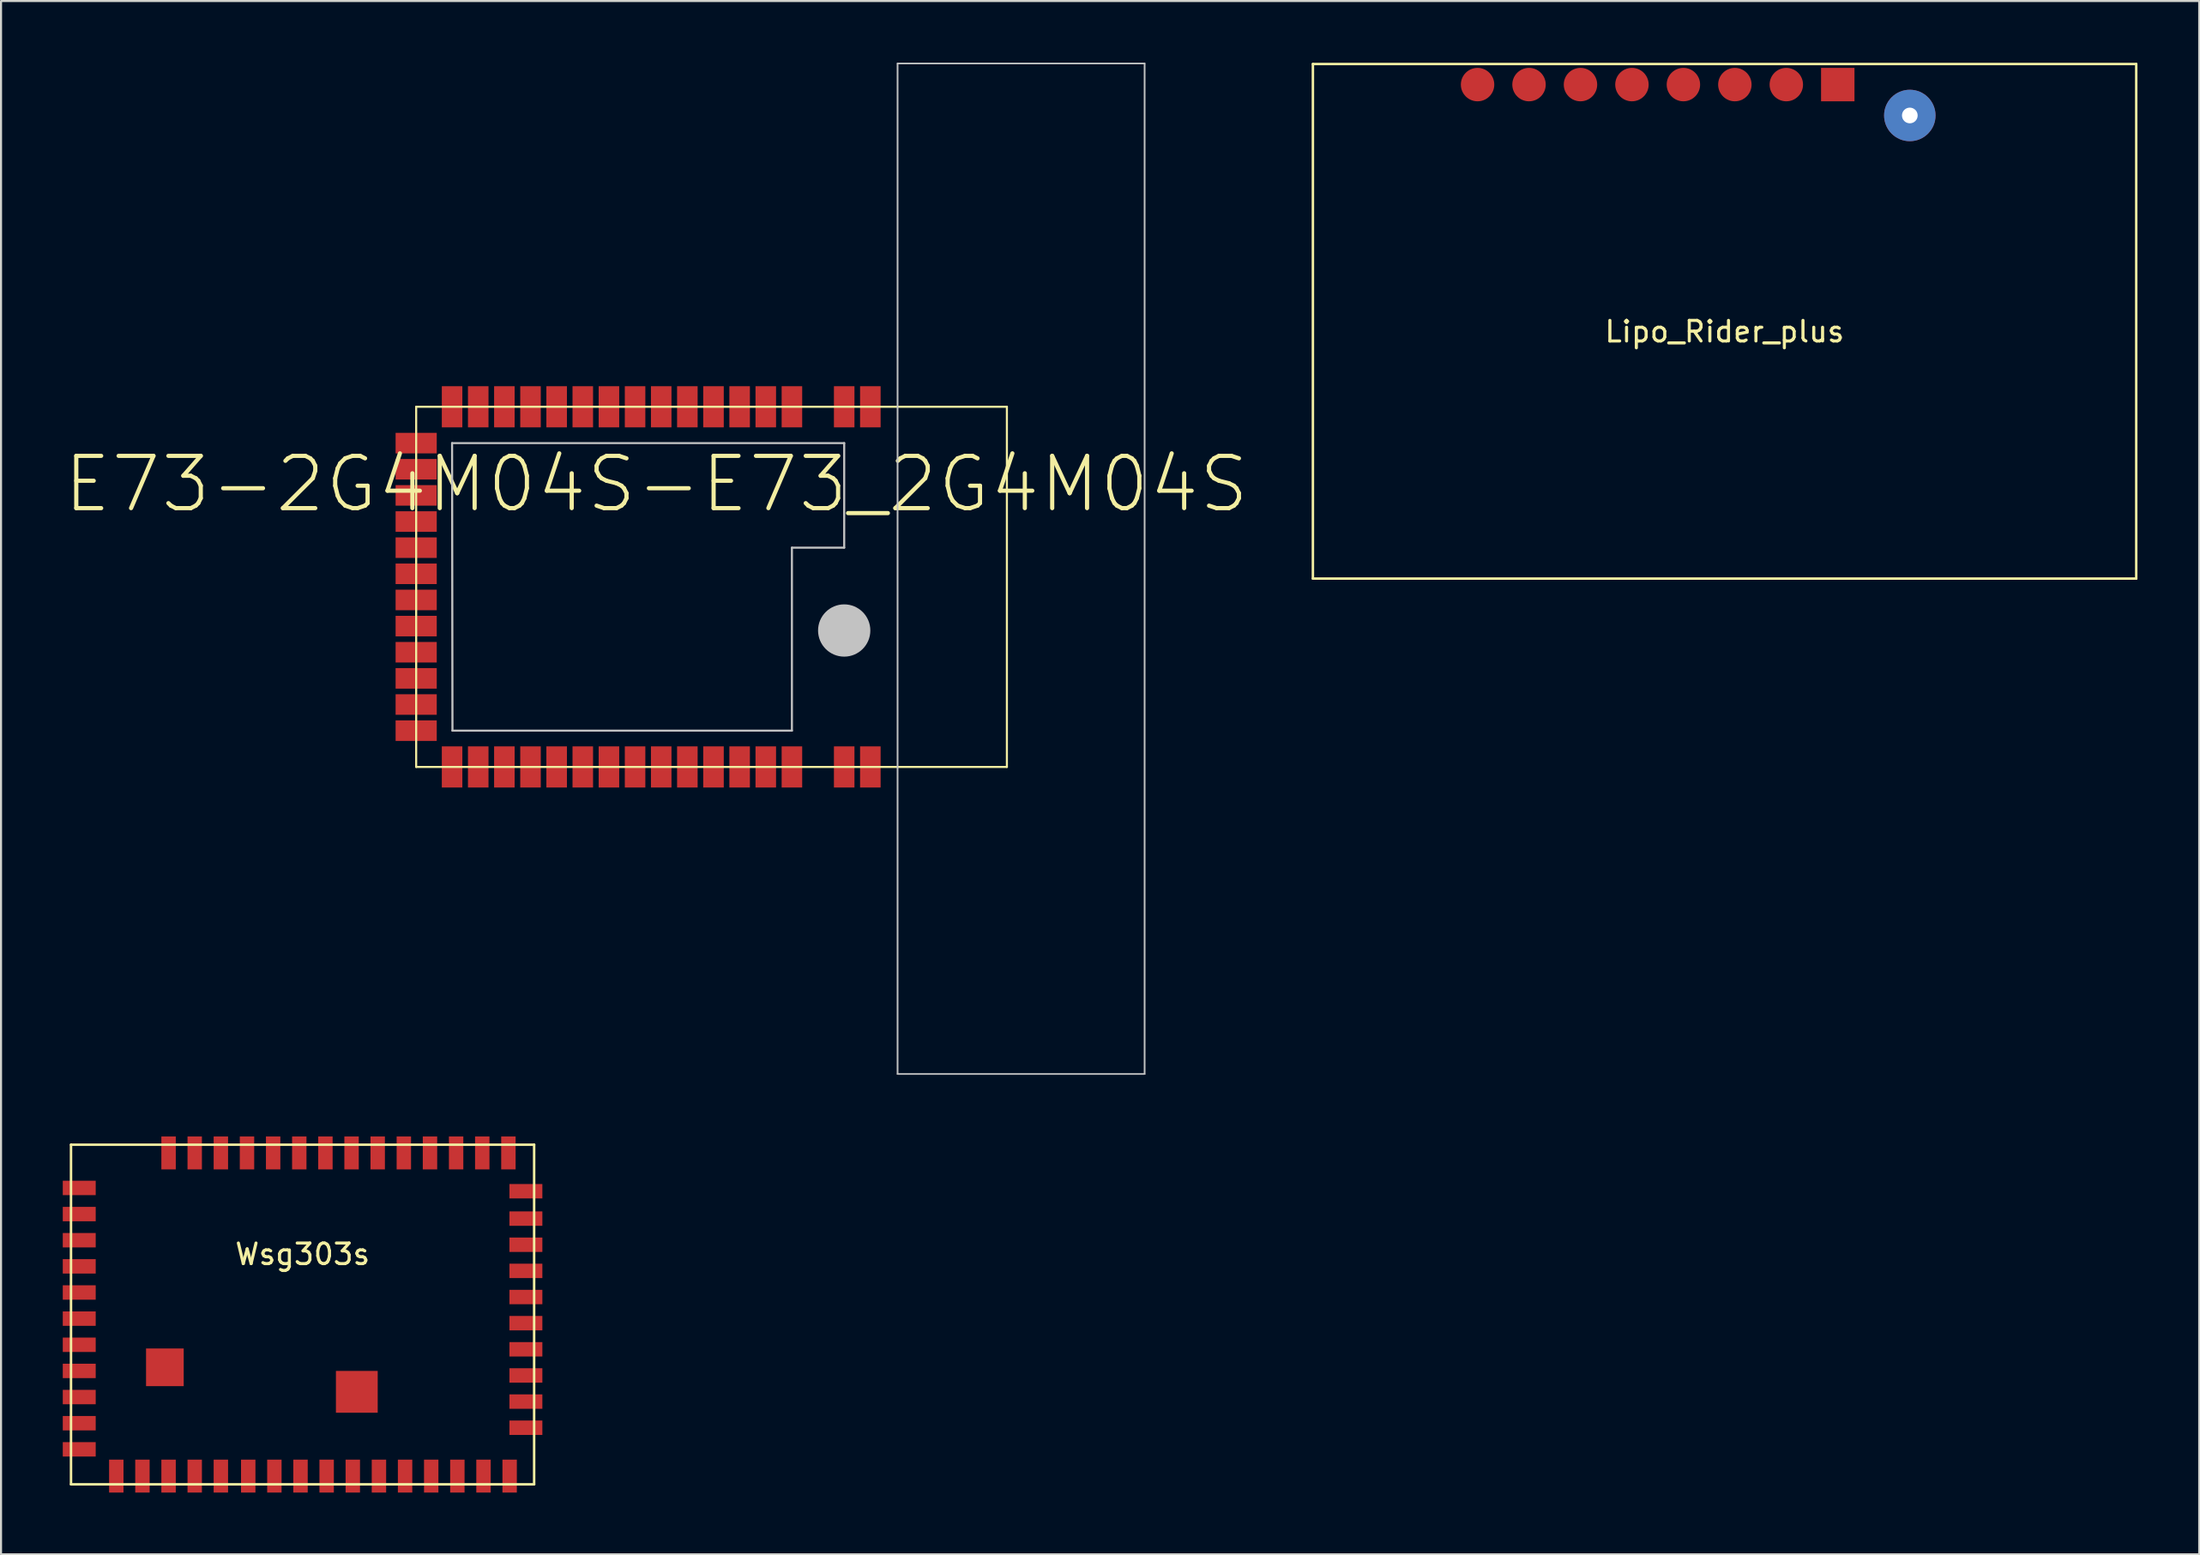
<source format=kicad_pcb>
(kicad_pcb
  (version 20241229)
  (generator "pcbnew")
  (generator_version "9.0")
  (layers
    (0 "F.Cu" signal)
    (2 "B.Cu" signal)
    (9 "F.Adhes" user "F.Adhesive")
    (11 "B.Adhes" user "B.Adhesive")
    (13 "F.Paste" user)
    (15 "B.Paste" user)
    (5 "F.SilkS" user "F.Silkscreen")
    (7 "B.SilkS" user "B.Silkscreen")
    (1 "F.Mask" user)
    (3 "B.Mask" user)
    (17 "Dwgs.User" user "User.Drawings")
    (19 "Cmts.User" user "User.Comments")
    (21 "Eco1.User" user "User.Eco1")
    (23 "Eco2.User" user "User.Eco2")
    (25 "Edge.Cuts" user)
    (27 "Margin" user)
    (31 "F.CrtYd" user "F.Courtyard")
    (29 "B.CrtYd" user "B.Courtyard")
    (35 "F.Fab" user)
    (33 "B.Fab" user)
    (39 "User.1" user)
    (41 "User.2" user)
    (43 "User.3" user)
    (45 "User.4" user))
  (footprint "E73-2G4M04S-E73_2G4M04S"
    (layer "F.Cu")
    (at 17.169 34.211)
    (property "Reference" "E73-2G4M04S-E73_2G4M04S" (at 11.669 -13.739 0) (layer "F.SilkS") (effects (font (size 2.54 2.54) (thickness 0.203))))
    (attr smd)
    (fp_line (start 0 -17.498) (end 0 0) (stroke (width 0.1) (type solid)) (layer "F.SilkS"))
    (fp_line (start 0 0) (end 28.699 0) (stroke (width 0.1) (type solid)) (layer "F.SilkS"))
    (fp_line (start 28.699 -17.498) (end 0 -17.498) (stroke (width 0.1) (type solid)) (layer "F.SilkS"))
    (fp_line (start 28.699 0) (end 28.699 -17.498) (stroke (width 0.1) (type solid)) (layer "F.SilkS"))
    (fp_line (start 1.745 -15.733) (end 20.795 -15.733) (stroke (width 0.1) (type solid)) (layer "Dwgs.User"))
    (fp_line (start 1.763 -1.763) (end 1.745 -15.733) (stroke (width 0.1) (type solid)) (layer "Dwgs.User"))
    (fp_line (start 18.255 -10.653) (end 18.255 -1.763) (stroke (width 0.1) (type solid)) (layer "Dwgs.User"))
    (fp_line (start 18.255 -1.763) (end 1.763 -1.763) (stroke (width 0.1) (type solid)) (layer "Dwgs.User"))
    (fp_line (start 20.795 -15.733) (end 20.795 -10.653) (stroke (width 0.1) (type solid)) (layer "Dwgs.User"))
    (fp_line (start 20.795 -10.653) (end 18.255 -10.653) (stroke (width 0.1) (type solid)) (layer "Dwgs.User"))
    (fp_line (start 23.388 -34.178) (end 35.39 -34.178) (stroke (width 0.066) (type solid)) (layer "Dwgs.User"))
    (fp_line (start 23.388 -34.178) (end 35.39 -34.178) (stroke (width 0.066) (type solid)) (layer "Dwgs.User"))
    (fp_line (start 23.388 14.92) (end 23.388 -34.178) (stroke (width 0.066) (type solid)) (layer "Dwgs.User"))
    (fp_line (start 23.388 14.92) (end 23.388 -34.178) (stroke (width 0.066) (type solid)) (layer "Dwgs.User"))
    (fp_line (start 23.388 14.92) (end 35.39 14.92) (stroke (width 0.066) (type solid)) (layer "Dwgs.User"))
    (fp_line (start 23.388 14.92) (end 35.39 14.92) (stroke (width 0.066) (type solid)) (layer "Dwgs.User"))
    (fp_line (start 35.39 14.92) (end 35.39 -34.178) (stroke (width 0.066) (type solid)) (layer "Dwgs.User"))
    (fp_line (start 35.39 14.92) (end 35.39 -34.178) (stroke (width 0.066) (type solid)) (layer "Dwgs.User"))
    (fp_circle (center 20.795 -6.629) (end 20.795 -7.899) (stroke (width 0) (type solid)) (fill yes) (layer "Dwgs.User"))
    (pad "1" smd rect (at 22.065 -17.498 90) (size 1.999 0.998) (layers "F.Cu" "F.Mask" "F.Paste"))
    (pad "2" smd rect (at 20.795 -17.498 90) (size 1.999 0.998) (layers "F.Cu" "F.Mask" "F.Paste"))
    (pad "3" smd rect (at 18.255 -17.498 90) (size 1.999 0.998) (layers "F.Cu" "F.Mask" "F.Paste"))
    (pad "4" smd rect (at 16.985 -17.498 90) (size 1.999 0.998) (layers "F.Cu" "F.Mask" "F.Paste"))
    (pad "5" smd rect (at 15.715 -17.498 90) (size 1.999 0.998) (layers "F.Cu" "F.Mask" "F.Paste"))
    (pad "6" smd rect (at 14.445 -17.498 90) (size 1.999 0.998) (layers "F.Cu" "F.Mask" "F.Paste"))
    (pad "7" smd rect (at 13.175 -17.498 90) (size 1.999 0.998) (layers "F.Cu" "F.Mask" "F.Paste"))
    (pad "8" smd rect (at 11.905 -17.498 90) (size 1.999 0.998) (layers "F.Cu" "F.Mask" "F.Paste"))
    (pad "9" smd rect (at 10.635 -17.498 90) (size 1.999 0.998) (layers "F.Cu" "F.Mask" "F.Paste"))
    (pad "10" smd rect (at 9.365 -17.498 90) (size 1.999 0.998) (layers "F.Cu" "F.Mask" "F.Paste"))
    (pad "11" smd rect (at 8.095 -17.498 90) (size 1.999 0.998) (layers "F.Cu" "F.Mask" "F.Paste"))
    (pad "12" smd rect (at 6.825 -17.498 90) (size 1.999 0.998) (layers "F.Cu" "F.Mask" "F.Paste"))
    (pad "13" smd rect (at 5.555 -17.498 90) (size 1.999 0.998) (layers "F.Cu" "F.Mask" "F.Paste"))
    (pad "14" smd rect (at 4.285 -17.498 90) (size 1.999 0.998) (layers "F.Cu" "F.Mask" "F.Paste"))
    (pad "15" smd rect (at 3.015 -17.498 90) (size 1.999 0.998) (layers "F.Cu" "F.Mask" "F.Paste"))
    (pad "16" smd rect (at 1.745 -17.498 90) (size 1.999 0.998) (layers "F.Cu" "F.Mask" "F.Paste"))
    (pad "17" smd rect (at 0 -15.733 180) (size 1.999 0.998) (layers "F.Cu" "F.Mask" "F.Paste"))
    (pad "18" smd rect (at 0 -14.463 180) (size 1.999 0.998) (layers "F.Cu" "F.Mask" "F.Paste"))
    (pad "19" smd rect (at 0 -13.193 180) (size 1.999 0.998) (layers "F.Cu" "F.Mask" "F.Paste"))
    (pad "20" smd rect (at 0 -11.923 180) (size 1.999 0.998) (layers "F.Cu" "F.Mask" "F.Paste"))
    (pad "21" smd rect (at 0 -10.653 180) (size 1.999 0.998) (layers "F.Cu" "F.Mask" "F.Paste"))
    (pad "22" smd rect (at 0 -9.383 180) (size 1.999 0.998) (layers "F.Cu" "F.Mask" "F.Paste"))
    (pad "23" smd rect (at 0 -8.113 180) (size 1.999 0.998) (layers "F.Cu" "F.Mask" "F.Paste"))
    (pad "24" smd rect (at 0 -6.843 180) (size 1.999 0.998) (layers "F.Cu" "F.Mask" "F.Paste"))
    (pad "25" smd rect (at 0 -5.573 180) (size 1.999 0.998) (layers "F.Cu" "F.Mask" "F.Paste"))
    (pad "26" smd rect (at 0 -4.303 180) (size 1.999 0.998) (layers "F.Cu" "F.Mask" "F.Paste"))
    (pad "27" smd rect (at 0 -3.033 180) (size 1.999 0.998) (layers "F.Cu" "F.Mask" "F.Paste"))
    (pad "28" smd rect (at 0 -1.763 180) (size 1.999 0.998) (layers "F.Cu" "F.Mask" "F.Paste"))
    (pad "29" smd rect (at 1.745 0 270) (size 1.999 0.998) (layers "F.Cu" "F.Mask" "F.Paste"))
    (pad "30" smd rect (at 3.015 0 270) (size 1.999 0.998) (layers "F.Cu" "F.Mask" "F.Paste"))
    (pad "31" smd rect (at 4.285 0 270) (size 1.999 0.998) (layers "F.Cu" "F.Mask" "F.Paste"))
    (pad "32" smd rect (at 5.555 0 270) (size 1.999 0.998) (layers "F.Cu" "F.Mask" "F.Paste"))
    (pad "33" smd rect (at 6.825 0 270) (size 1.999 0.998) (layers "F.Cu" "F.Mask" "F.Paste"))
    (pad "34" smd rect (at 8.095 0 270) (size 1.999 0.998) (layers "F.Cu" "F.Mask" "F.Paste"))
    (pad "35" smd rect (at 9.365 0 270) (size 1.999 0.998) (layers "F.Cu" "F.Mask" "F.Paste"))
    (pad "36" smd rect (at 10.635 0 270) (size 1.999 0.998) (layers "F.Cu" "F.Mask" "F.Paste"))
    (pad "37" smd rect (at 11.905 0 270) (size 1.999 0.998) (layers "F.Cu" "F.Mask" "F.Paste"))
    (pad "38" smd rect (at 13.175 0 270) (size 1.999 0.998) (layers "F.Cu" "F.Mask" "F.Paste"))
    (pad "39" smd rect (at 14.445 0 270) (size 1.999 0.998) (layers "F.Cu" "F.Mask" "F.Paste"))
    (pad "40" smd rect (at 15.715 0 270) (size 1.999 0.998) (layers "F.Cu" "F.Mask" "F.Paste"))
    (pad "41" smd rect (at 16.985 0 270) (size 1.999 0.998) (layers "F.Cu" "F.Mask" "F.Paste"))
    (pad "42" smd rect (at 18.255 0 270) (size 1.999 0.998) (layers "F.Cu" "F.Mask" "F.Paste"))
    (pad "43" smd rect (at 20.795 0 270) (size 1.999 0.998) (layers "F.Cu" "F.Mask" "F.Paste"))
    (pad "44" smd rect (at 22.065 0 270) (size 1.999 0.998) (layers "F.Cu" "F.Mask" "F.Paste")))
  (footprint "Lipo_Rider_plus"
    (layer "F.Cu")
    (at 80.735 12.56)
    (property "Reference" "Lipo_Rider_plus" (at 0 0.5 0) (layer "F.SilkS") (effects (font (size 1 1) (thickness 0.15))))
    (attr through_hole)
    (fp_line (start -20 -12.5) (end -20 12.5) (stroke (width 0.12) (type solid)) (layer "F.SilkS"))
    (fp_line (start -20 12.5) (end 20 12.5) (stroke (width 0.12) (type solid)) (layer "F.SilkS"))
    (fp_line (start 20 -12.5) (end -20 -12.5) (stroke (width 0.12) (type solid)) (layer "F.SilkS"))
    (fp_line (start 20 12.5) (end 20 -12.5) (stroke (width 0.12) (type solid)) (layer "F.SilkS"))
    (pad "" np_thru_hole circle (at 9 -10) (size 2.5 2.5) (drill 0.762) (layers "*.Cu" "*.Mask"))
    (pad "1" smd rect (at 5.5 -11.5) (size 1.624 1.624) (layers "F.Cu" "F.Mask" "F.Paste"))
    (pad "2" smd circle (at 3 -11.5) (size 1.624 1.624) (layers "F.Cu" "F.Mask" "F.Paste"))
    (pad "3" smd circle (at 0.5 -11.5) (size 1.624 1.624) (layers "F.Cu" "F.Mask" "F.Paste"))
    (pad "4" smd circle (at -2 -11.5) (size 1.624 1.624) (layers "F.Cu" "F.Mask" "F.Paste"))
    (pad "5" smd circle (at -4.5 -11.5) (size 1.624 1.624) (layers "F.Cu" "F.Mask" "F.Paste"))
    (pad "6" smd circle (at -7 -11.5) (size 1.624 1.624) (layers "F.Cu" "F.Mask" "F.Paste"))
    (pad "7" smd circle (at -9.5 -11.5) (size 1.624 1.624) (layers "F.Cu" "F.Mask" "F.Paste"))
    (pad "8" smd circle (at -12 -11.5) (size 1.624 1.624) (layers "F.Cu" "F.Mask" "F.Paste")))
  (footprint "Wsg303s"
    (layer "F.Cu")
    (at 11.65 60.814)
    (property "Reference" "Wsg303s" (at 0 -2.929 0) (layer "F.SilkS") (effects (font (size 1 1) (thickness 0.15))))
    (attr through_hole)
    (fp_line (start -11.25 -8.25) (end 11.25 -8.25) (stroke (width 0.12) (type solid)) (layer "F.SilkS"))
    (fp_line (start -11.25 8.25) (end -11.25 -8.25) (stroke (width 0.12) (type solid)) (layer "F.SilkS"))
    (fp_line (start 11.25 -8.25) (end 11.25 8.25) (stroke (width 0.12) (type solid)) (layer "F.SilkS"))
    (fp_line (start 11.25 8.25) (end -11.25 8.25) (stroke (width 0.12) (type solid)) (layer "F.SilkS"))
    (pad "1" smd rect (at -9.05 7.85) (size 0.7 1.6) (layers "F.Cu" "F.Mask" "F.Paste"))
    (pad "2" smd rect (at -7.78 7.85) (size 0.7 1.6) (layers "F.Cu" "F.Mask" "F.Paste"))
    (pad "3" smd rect (at -6.51 7.85) (size 0.7 1.6) (layers "F.Cu" "F.Mask" "F.Paste"))
    (pad "4" smd rect (at -5.24 7.85) (size 0.7 1.6) (layers "F.Cu" "F.Mask" "F.Paste"))
    (pad "5" smd rect (at -3.97 7.85) (size 0.7 1.6) (layers "F.Cu" "F.Mask" "F.Paste"))
    (pad "6" smd rect (at -2.64 7.85) (size 0.7 1.6) (layers "F.Cu" "F.Mask" "F.Paste"))
    (pad "7" smd rect (at -1.37 7.85) (size 0.7 1.6) (layers "F.Cu" "F.Mask" "F.Paste"))
    (pad "8" smd rect (at -0.1 7.85) (size 0.7 1.6) (layers "F.Cu" "F.Mask" "F.Paste"))
    (pad "9" smd rect (at 1.17 7.85) (size 0.7 1.6) (layers "F.Cu" "F.Mask" "F.Paste"))
    (pad "10" smd rect (at 2.44 7.85) (size 0.7 1.6) (layers "F.Cu" "F.Mask" "F.Paste"))
    (pad "11" smd rect (at 3.71 7.85) (size 0.7 1.6) (layers "F.Cu" "F.Mask" "F.Paste"))
    (pad "12" smd rect (at 4.98 7.85) (size 0.7 1.6) (layers "F.Cu" "F.Mask" "F.Paste"))
    (pad "13" smd rect (at 6.25 7.85) (size 0.7 1.6) (layers "F.Cu" "F.Mask" "F.Paste"))
    (pad "14" smd rect (at 7.52 7.85) (size 0.7 1.6) (layers "F.Cu" "F.Mask" "F.Paste"))
    (pad "15" smd rect (at 8.79 7.85) (size 0.7 1.6) (layers "F.Cu" "F.Mask" "F.Paste"))
    (pad "16" smd rect (at 10.06 7.85) (size 0.7 1.6) (layers "F.Cu" "F.Mask" "F.Paste"))
    (pad "17" smd rect (at 10.85 5.5) (size 1.6 0.7) (layers "F.Cu" "F.Mask" "F.Paste"))
    (pad "18" smd rect (at 10.85 4.23) (size 1.6 0.7) (layers "F.Cu" "F.Mask" "F.Paste"))
    (pad "19" smd rect (at 10.85 2.96) (size 1.6 0.7) (layers "F.Cu" "F.Mask" "F.Paste"))
    (pad "20" smd rect (at 10.85 1.69) (size 1.6 0.7) (layers "F.Cu" "F.Mask" "F.Paste"))
    (pad "21" smd rect (at 10.85 0.42) (size 1.6 0.7) (layers "F.Cu" "F.Mask" "F.Paste"))
    (pad "22" smd rect (at 10.85 -0.85) (size 1.6 0.7) (layers "F.Cu" "F.Mask" "F.Paste"))
    (pad "23" smd rect (at 10.85 -2.12) (size 1.6 0.7) (layers "F.Cu" "F.Mask" "F.Paste"))
    (pad "24" smd rect (at 10.85 -3.39) (size 1.6 0.7) (layers "F.Cu" "F.Mask" "F.Paste"))
    (pad "25" smd rect (at 10.85 -4.66) (size 1.6 0.7) (layers "F.Cu" "F.Mask" "F.Paste"))
    (pad "26" smd rect (at 10.85 -5.99) (size 1.6 0.7) (layers "F.Cu" "F.Mask" "F.Paste"))
    (pad "27" smd rect (at 10 -7.85) (size 0.7 1.6) (layers "F.Cu" "F.Mask" "F.Paste"))
    (pad "28" smd rect (at 8.73 -7.85) (size 0.7 1.6) (layers "F.Cu" "F.Mask" "F.Paste"))
    (pad "29" smd rect (at 7.46 -7.85) (size 0.7 1.6) (layers "F.Cu" "F.Mask" "F.Paste"))
    (pad "30" smd rect (at 6.19 -7.85) (size 0.7 1.6) (layers "F.Cu" "F.Mask" "F.Paste"))
    (pad "31" smd rect (at 4.92 -7.85) (size 0.7 1.6) (layers "F.Cu" "F.Mask" "F.Paste"))
    (pad "32" smd rect (at 3.65 -7.85) (size 0.7 1.6) (layers "F.Cu" "F.Mask" "F.Paste"))
    (pad "33" smd rect (at 2.38 -7.85) (size 0.7 1.6) (layers "F.Cu" "F.Mask" "F.Paste"))
    (pad "34" smd rect (at 1.11 -7.85) (size 0.7 1.6) (layers "F.Cu" "F.Mask" "F.Paste"))
    (pad "35" smd rect (at -0.16 -7.85) (size 0.7 1.6) (layers "F.Cu" "F.Mask" "F.Paste"))
    (pad "36" smd rect (at -1.43 -7.85) (size 0.7 1.6) (layers "F.Cu" "F.Mask" "F.Paste"))
    (pad "37" smd rect (at -2.7 -7.85) (size 0.7 1.6) (layers "F.Cu" "F.Mask" "F.Paste"))
    (pad "38" smd rect (at -3.97 -7.85) (size 0.7 1.6) (layers "F.Cu" "F.Mask" "F.Paste"))
    (pad "39" smd rect (at -5.24 -7.85) (size 0.7 1.6) (layers "F.Cu" "F.Mask" "F.Paste"))
    (pad "40" smd rect (at -6.51 -7.85) (size 0.7 1.6) (layers "F.Cu" "F.Mask" "F.Paste"))
    (pad "41" smd rect (at -10.85 -6.15) (size 1.6 0.7) (layers "F.Cu" "F.Mask" "F.Paste"))
    (pad "42" smd rect (at -10.85 -4.88) (size 1.6 0.7) (layers "F.Cu" "F.Mask" "F.Paste"))
    (pad "43" smd rect (at -10.85 -3.61) (size 1.6 0.7) (layers "F.Cu" "F.Mask" "F.Paste"))
    (pad "44" smd rect (at -10.85 -2.34) (size 1.6 0.7) (layers "F.Cu" "F.Mask" "F.Paste"))
    (pad "45" smd rect (at -10.85 -1.07) (size 1.6 0.7) (layers "F.Cu" "F.Mask" "F.Paste"))
    (pad "46" smd rect (at -10.85 0.2) (size 1.6 0.7) (layers "F.Cu" "F.Mask" "F.Paste"))
    (pad "47" smd rect (at -10.85 1.47) (size 1.6 0.7) (layers "F.Cu" "F.Mask" "F.Paste"))
    (pad "48" smd rect (at -10.85 2.74) (size 1.6 0.7) (layers "F.Cu" "F.Mask" "F.Paste"))
    (pad "49" smd rect (at -10.85 4.01) (size 1.6 0.7) (layers "F.Cu" "F.Mask" "F.Paste"))
    (pad "50" smd rect (at -10.85 5.28) (size 1.6 0.7) (layers "F.Cu" "F.Mask" "F.Paste"))
    (pad "51" smd rect (at -10.85 6.55) (size 1.6 0.7) (layers "F.Cu" "F.Mask" "F.Paste"))
    (pad "60" smd rect (at -6.69 2.565) (size 1.83 1.83) (layers "F.Cu" "F.Mask" "F.Paste"))
    (pad "61" smd rect (at 2.635 3.755) (size 2.03 2.03) (layers "F.Cu" "F.Mask" "F.Paste")))
  (gr_rect
    (start -3 -3)
    (end 103.795 72.464)
    (stroke (width 0.1) (type default))
    (fill no)
    (layer "Edge.Cuts")))
</source>
